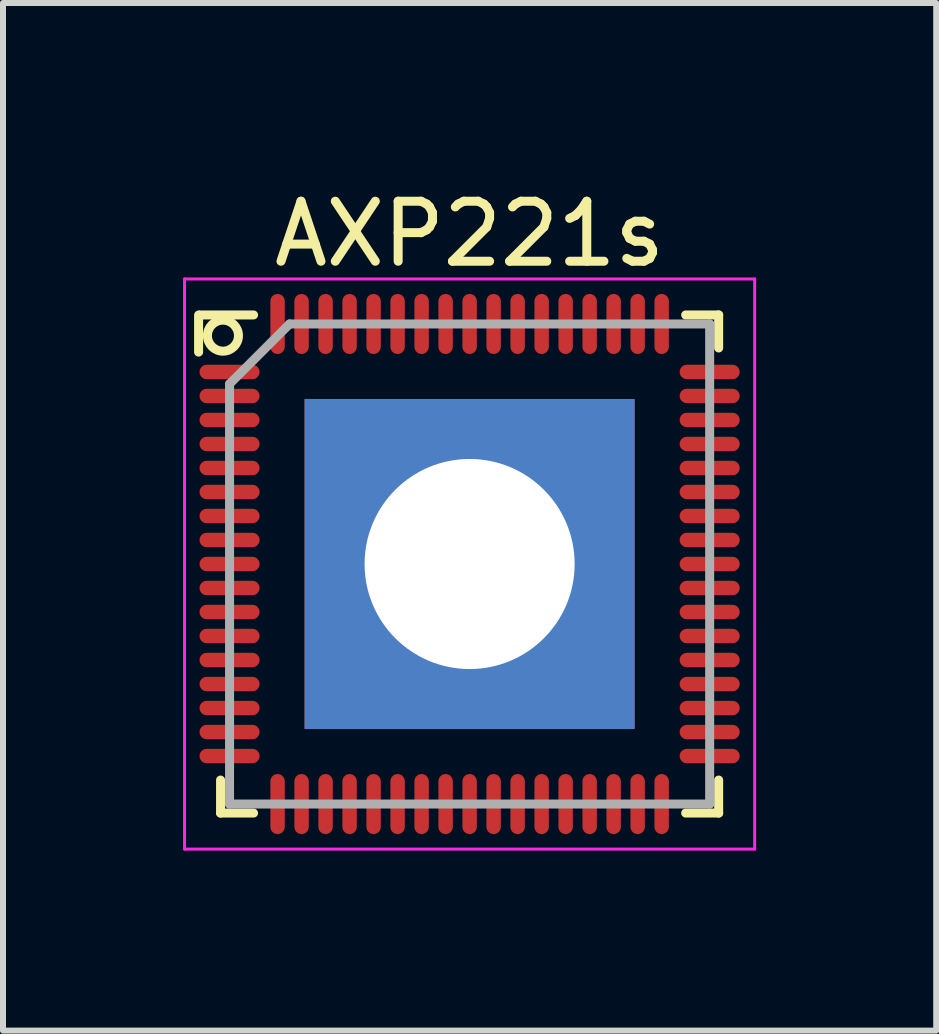
<source format=kicad_pcb>
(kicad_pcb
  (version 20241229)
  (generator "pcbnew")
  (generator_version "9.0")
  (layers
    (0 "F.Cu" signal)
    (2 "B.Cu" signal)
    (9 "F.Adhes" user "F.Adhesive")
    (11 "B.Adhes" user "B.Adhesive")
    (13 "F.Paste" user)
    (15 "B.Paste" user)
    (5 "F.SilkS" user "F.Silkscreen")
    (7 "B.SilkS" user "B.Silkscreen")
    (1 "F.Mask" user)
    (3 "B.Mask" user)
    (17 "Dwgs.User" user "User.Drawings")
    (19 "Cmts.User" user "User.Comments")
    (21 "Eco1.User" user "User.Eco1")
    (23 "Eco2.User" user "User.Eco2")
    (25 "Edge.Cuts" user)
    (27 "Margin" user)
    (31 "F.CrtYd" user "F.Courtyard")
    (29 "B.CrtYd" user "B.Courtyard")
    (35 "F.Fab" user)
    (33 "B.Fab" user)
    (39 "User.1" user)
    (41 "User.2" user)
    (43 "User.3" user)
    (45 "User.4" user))
  (footprint "AXP221s"
    (layer "F.Cu")
    (at 4.775 6.348)
    (property "Reference" "AXP221s" (at 0 -5.5 0) (layer "F.SilkS") (effects (font (size 1 1) (thickness 0.15))))
    (attr smd)
    (fp_line (start -4.516 -4.148) (end -4.516 -3.531) (stroke (width 0.15) (type solid)) (layer "F.SilkS"))
    (fp_line (start -4.15 4.15) (end -4.15 3.6) (stroke (width 0.15) (type solid)) (layer "F.SilkS"))
    (fp_line (start -3.6 -4.15) (end -4.5 -4.15) (stroke (width 0.15) (type solid)) (layer "F.SilkS"))
    (fp_line (start -3.6 4.15) (end -4.15 4.15) (stroke (width 0.15) (type solid)) (layer "F.SilkS"))
    (fp_line (start 3.6 -4.15) (end 4.15 -4.15) (stroke (width 0.15) (type solid)) (layer "F.SilkS"))
    (fp_line (start 3.6 4.15) (end 4.15 4.15) (stroke (width 0.15) (type solid)) (layer "F.SilkS"))
    (fp_line (start 4.15 -4.15) (end 4.15 -3.6) (stroke (width 0.15) (type solid)) (layer "F.SilkS"))
    (fp_line (start 4.15 4.15) (end 4.15 3.6) (stroke (width 0.15) (type solid)) (layer "F.SilkS"))
    (fp_circle (center -4.11 -3.805) (end -3.894 -3.663) (stroke (width 0.15) (type solid)) (fill no) (layer "F.SilkS"))
    (fp_line (start -4.75 -4.75) (end 4.75 -4.75) (stroke (width 0.05) (type solid)) (layer "F.CrtYd"))
    (fp_line (start -4.75 4.75) (end -4.75 -4.75) (stroke (width 0.05) (type solid)) (layer "F.CrtYd"))
    (fp_line (start 4.75 -4.75) (end 4.75 4.75) (stroke (width 0.05) (type solid)) (layer "F.CrtYd"))
    (fp_line (start 4.75 4.75) (end -4.75 4.75) (stroke (width 0.05) (type solid)) (layer "F.CrtYd"))
    (fp_line (start -4 -3) (end -4 4) (stroke (width 0.15) (type solid)) (layer "F.Fab"))
    (fp_line (start -4 4) (end 4 4) (stroke (width 0.15) (type solid)) (layer "F.Fab"))
    (fp_line (start -3 -4) (end -4 -3) (stroke (width 0.15) (type solid)) (layer "F.Fab"))
    (fp_line (start 4 -4) (end -3 -4) (stroke (width 0.15) (type solid)) (layer "F.Fab"))
    (fp_line (start 4 4) (end 4 -4) (stroke (width 0.15) (type solid)) (layer "F.Fab"))
    (pad "1" smd oval (at -4 -3.2 90) (size 0.24 1) (layers "F.Cu" "F.Mask" "F.Paste"))
    (pad "2" smd oval (at -4 -2.8 90) (size 0.24 1) (layers "F.Cu" "F.Mask" "F.Paste"))
    (pad "3" smd oval (at -4 -2.4 90) (size 0.24 1) (layers "F.Cu" "F.Mask" "F.Paste"))
    (pad "4" smd oval (at -4 -2 90) (size 0.24 1) (layers "F.Cu" "F.Mask" "F.Paste"))
    (pad "5" smd oval (at -4 -1.6 90) (size 0.24 1) (layers "F.Cu" "F.Mask" "F.Paste"))
    (pad "6" smd oval (at -4 -1.2 90) (size 0.24 1) (layers "F.Cu" "F.Mask" "F.Paste"))
    (pad "7" smd oval (at -4 -0.8 90) (size 0.24 1) (layers "F.Cu" "F.Mask" "F.Paste"))
    (pad "8" smd oval (at -4 -0.4 90) (size 0.24 1) (layers "F.Cu" "F.Mask" "F.Paste"))
    (pad "9" smd oval (at -4 0 90) (size 0.24 1) (layers "F.Cu" "F.Mask" "F.Paste"))
    (pad "10" smd oval (at -4 0.4 90) (size 0.24 1) (layers "F.Cu" "F.Mask" "F.Paste"))
    (pad "11" smd oval (at -4 0.8 90) (size 0.24 1) (layers "F.Cu" "F.Mask" "F.Paste"))
    (pad "12" smd oval (at -4 1.2 90) (size 0.24 1) (layers "F.Cu" "F.Mask" "F.Paste"))
    (pad "13" smd oval (at -4 1.6 90) (size 0.24 1) (layers "F.Cu" "F.Mask" "F.Paste"))
    (pad "14" smd oval (at -4 2 90) (size 0.24 1) (layers "F.Cu" "F.Mask" "F.Paste"))
    (pad "15" smd oval (at -4 2.4 90) (size 0.24 1) (layers "F.Cu" "F.Mask" "F.Paste"))
    (pad "16" smd oval (at -4 2.8 90) (size 0.24 1) (layers "F.Cu" "F.Mask" "F.Paste"))
    (pad "17" smd oval (at -4 3.2 90) (size 0.24 1) (layers "F.Cu" "F.Mask" "F.Paste"))
    (pad "18" smd oval (at -3.2 4) (size 0.24 1) (layers "F.Cu" "F.Mask" "F.Paste"))
    (pad "19" smd oval (at -2.8 4) (size 0.24 1) (layers "F.Cu" "F.Mask" "F.Paste"))
    (pad "20" smd oval (at -2.4 4) (size 0.24 1) (layers "F.Cu" "F.Mask" "F.Paste"))
    (pad "21" smd oval (at -2 4) (size 0.24 1) (layers "F.Cu" "F.Mask" "F.Paste"))
    (pad "22" smd oval (at -1.6 4) (size 0.24 1) (layers "F.Cu" "F.Mask" "F.Paste"))
    (pad "23" smd oval (at -1.2 4) (size 0.24 1) (layers "F.Cu" "F.Mask" "F.Paste"))
    (pad "24" smd oval (at -0.8 4) (size 0.24 1) (layers "F.Cu" "F.Mask" "F.Paste"))
    (pad "25" smd oval (at -0.4 4) (size 0.24 1) (layers "F.Cu" "F.Mask" "F.Paste"))
    (pad "26" smd oval (at 0 4) (size 0.24 1) (layers "F.Cu" "F.Mask" "F.Paste"))
    (pad "27" smd oval (at 0.4 4) (size 0.24 1) (layers "F.Cu" "F.Mask" "F.Paste"))
    (pad "28" smd oval (at 0.8 4) (size 0.24 1) (layers "F.Cu" "F.Mask" "F.Paste"))
    (pad "29" smd oval (at 1.2 4) (size 0.24 1) (layers "F.Cu" "F.Mask" "F.Paste"))
    (pad "30" smd oval (at 1.6 4) (size 0.24 1) (layers "F.Cu" "F.Mask" "F.Paste"))
    (pad "31" smd oval (at 2 4) (size 0.24 1) (layers "F.Cu" "F.Mask" "F.Paste"))
    (pad "32" smd oval (at 2.4 4) (size 0.24 1) (layers "F.Cu" "F.Mask" "F.Paste"))
    (pad "33" smd oval (at 2.8 4) (size 0.24 1) (layers "F.Cu" "F.Mask" "F.Paste"))
    (pad "34" smd oval (at 3.2 4) (size 0.24 1) (layers "F.Cu" "F.Mask" "F.Paste"))
    (pad "35" smd oval (at 4 3.2 90) (size 0.24 1) (layers "F.Cu" "F.Mask" "F.Paste"))
    (pad "36" smd oval (at 4 2.8 90) (size 0.24 1) (layers "F.Cu" "F.Mask" "F.Paste"))
    (pad "37" smd oval (at 4 2.4 90) (size 0.24 1) (layers "F.Cu" "F.Mask" "F.Paste"))
    (pad "38" smd oval (at 4 2 90) (size 0.24 1) (layers "F.Cu" "F.Mask" "F.Paste"))
    (pad "39" smd oval (at 4 1.6 90) (size 0.24 1) (layers "F.Cu" "F.Mask" "F.Paste"))
    (pad "40" smd oval (at 4 1.2 90) (size 0.24 1) (layers "F.Cu" "F.Mask" "F.Paste"))
    (pad "41" smd oval (at 4 0.8 90) (size 0.24 1) (layers "F.Cu" "F.Mask" "F.Paste"))
    (pad "42" smd oval (at 4 0.4 90) (size 0.24 1) (layers "F.Cu" "F.Mask" "F.Paste"))
    (pad "43" smd oval (at 4 0 90) (size 0.24 1) (layers "F.Cu" "F.Mask" "F.Paste"))
    (pad "44" smd oval (at 4 -0.4 90) (size 0.24 1) (layers "F.Cu" "F.Mask" "F.Paste"))
    (pad "45" smd oval (at 4 -0.8 90) (size 0.24 1) (layers "F.Cu" "F.Mask" "F.Paste"))
    (pad "46" smd oval (at 4 -1.2 90) (size 0.24 1) (layers "F.Cu" "F.Mask" "F.Paste"))
    (pad "47" smd oval (at 4 -1.6 90) (size 0.24 1) (layers "F.Cu" "F.Mask" "F.Paste"))
    (pad "48" smd oval (at 4 -2 90) (size 0.24 1) (layers "F.Cu" "F.Mask" "F.Paste"))
    (pad "49" smd oval (at 4 -2.4 90) (size 0.24 1) (layers "F.Cu" "F.Mask" "F.Paste"))
    (pad "50" smd oval (at 4 -2.8 90) (size 0.24 1) (layers "F.Cu" "F.Mask" "F.Paste"))
    (pad "51" smd oval (at 4 -3.2 90) (size 0.24 1) (layers "F.Cu" "F.Mask" "F.Paste"))
    (pad "52" smd oval (at 3.2 -4) (size 0.24 1) (layers "F.Cu" "F.Mask" "F.Paste"))
    (pad "53" smd oval (at 2.8 -4) (size 0.24 1) (layers "F.Cu" "F.Mask" "F.Paste"))
    (pad "54" smd oval (at 2.4 -4) (size 0.24 1) (layers "F.Cu" "F.Mask" "F.Paste"))
    (pad "55" smd oval (at 2 -4) (size 0.24 1) (layers "F.Cu" "F.Mask" "F.Paste"))
    (pad "56" smd oval (at 1.6 -4) (size 0.24 1) (layers "F.Cu" "F.Mask" "F.Paste"))
    (pad "57" smd oval (at 1.2 -4) (size 0.24 1) (layers "F.Cu" "F.Mask" "F.Paste"))
    (pad "58" smd oval (at 0.8 -4) (size 0.24 1) (layers "F.Cu" "F.Mask" "F.Paste"))
    (pad "59" smd oval (at 0.4 -4) (size 0.24 1) (layers "F.Cu" "F.Mask" "F.Paste"))
    (pad "60" smd oval (at 0 -4) (size 0.24 1) (layers "F.Cu" "F.Mask" "F.Paste"))
    (pad "61" smd oval (at -0.4 -4) (size 0.24 1) (layers "F.Cu" "F.Mask" "F.Paste"))
    (pad "62" smd oval (at -0.8 -4) (size 0.24 1) (layers "F.Cu" "F.Mask" "F.Paste"))
    (pad "63" smd oval (at -1.2 -4) (size 0.24 1) (layers "F.Cu" "F.Mask" "F.Paste"))
    (pad "64" smd oval (at -1.6 -4) (size 0.24 1) (layers "F.Cu" "F.Mask" "F.Paste"))
    (pad "65" smd oval (at -2 -4) (size 0.24 1) (layers "F.Cu" "F.Mask" "F.Paste"))
    (pad "66" smd oval (at -2.4 -4) (size 0.24 1) (layers "F.Cu" "F.Mask" "F.Paste"))
    (pad "67" smd oval (at -2.8 -4) (size 0.24 1) (layers "F.Cu" "F.Mask" "F.Paste"))
    (pad "68" smd oval (at -3.2 -4) (size 0.24 1) (layers "F.Cu" "F.Mask" "F.Paste"))
    (pad "69" thru_hole rect (at 0 0) (size 5.5 5.5) (drill 3.5) (layers "*.Cu" "F.Mask" "F.Paste")))
  (gr_rect
    (start -3 -3)
    (end 12.55 14.123)
    (stroke (width 0.1) (type default))
    (fill no)
    (layer "Edge.Cuts")))
</source>
